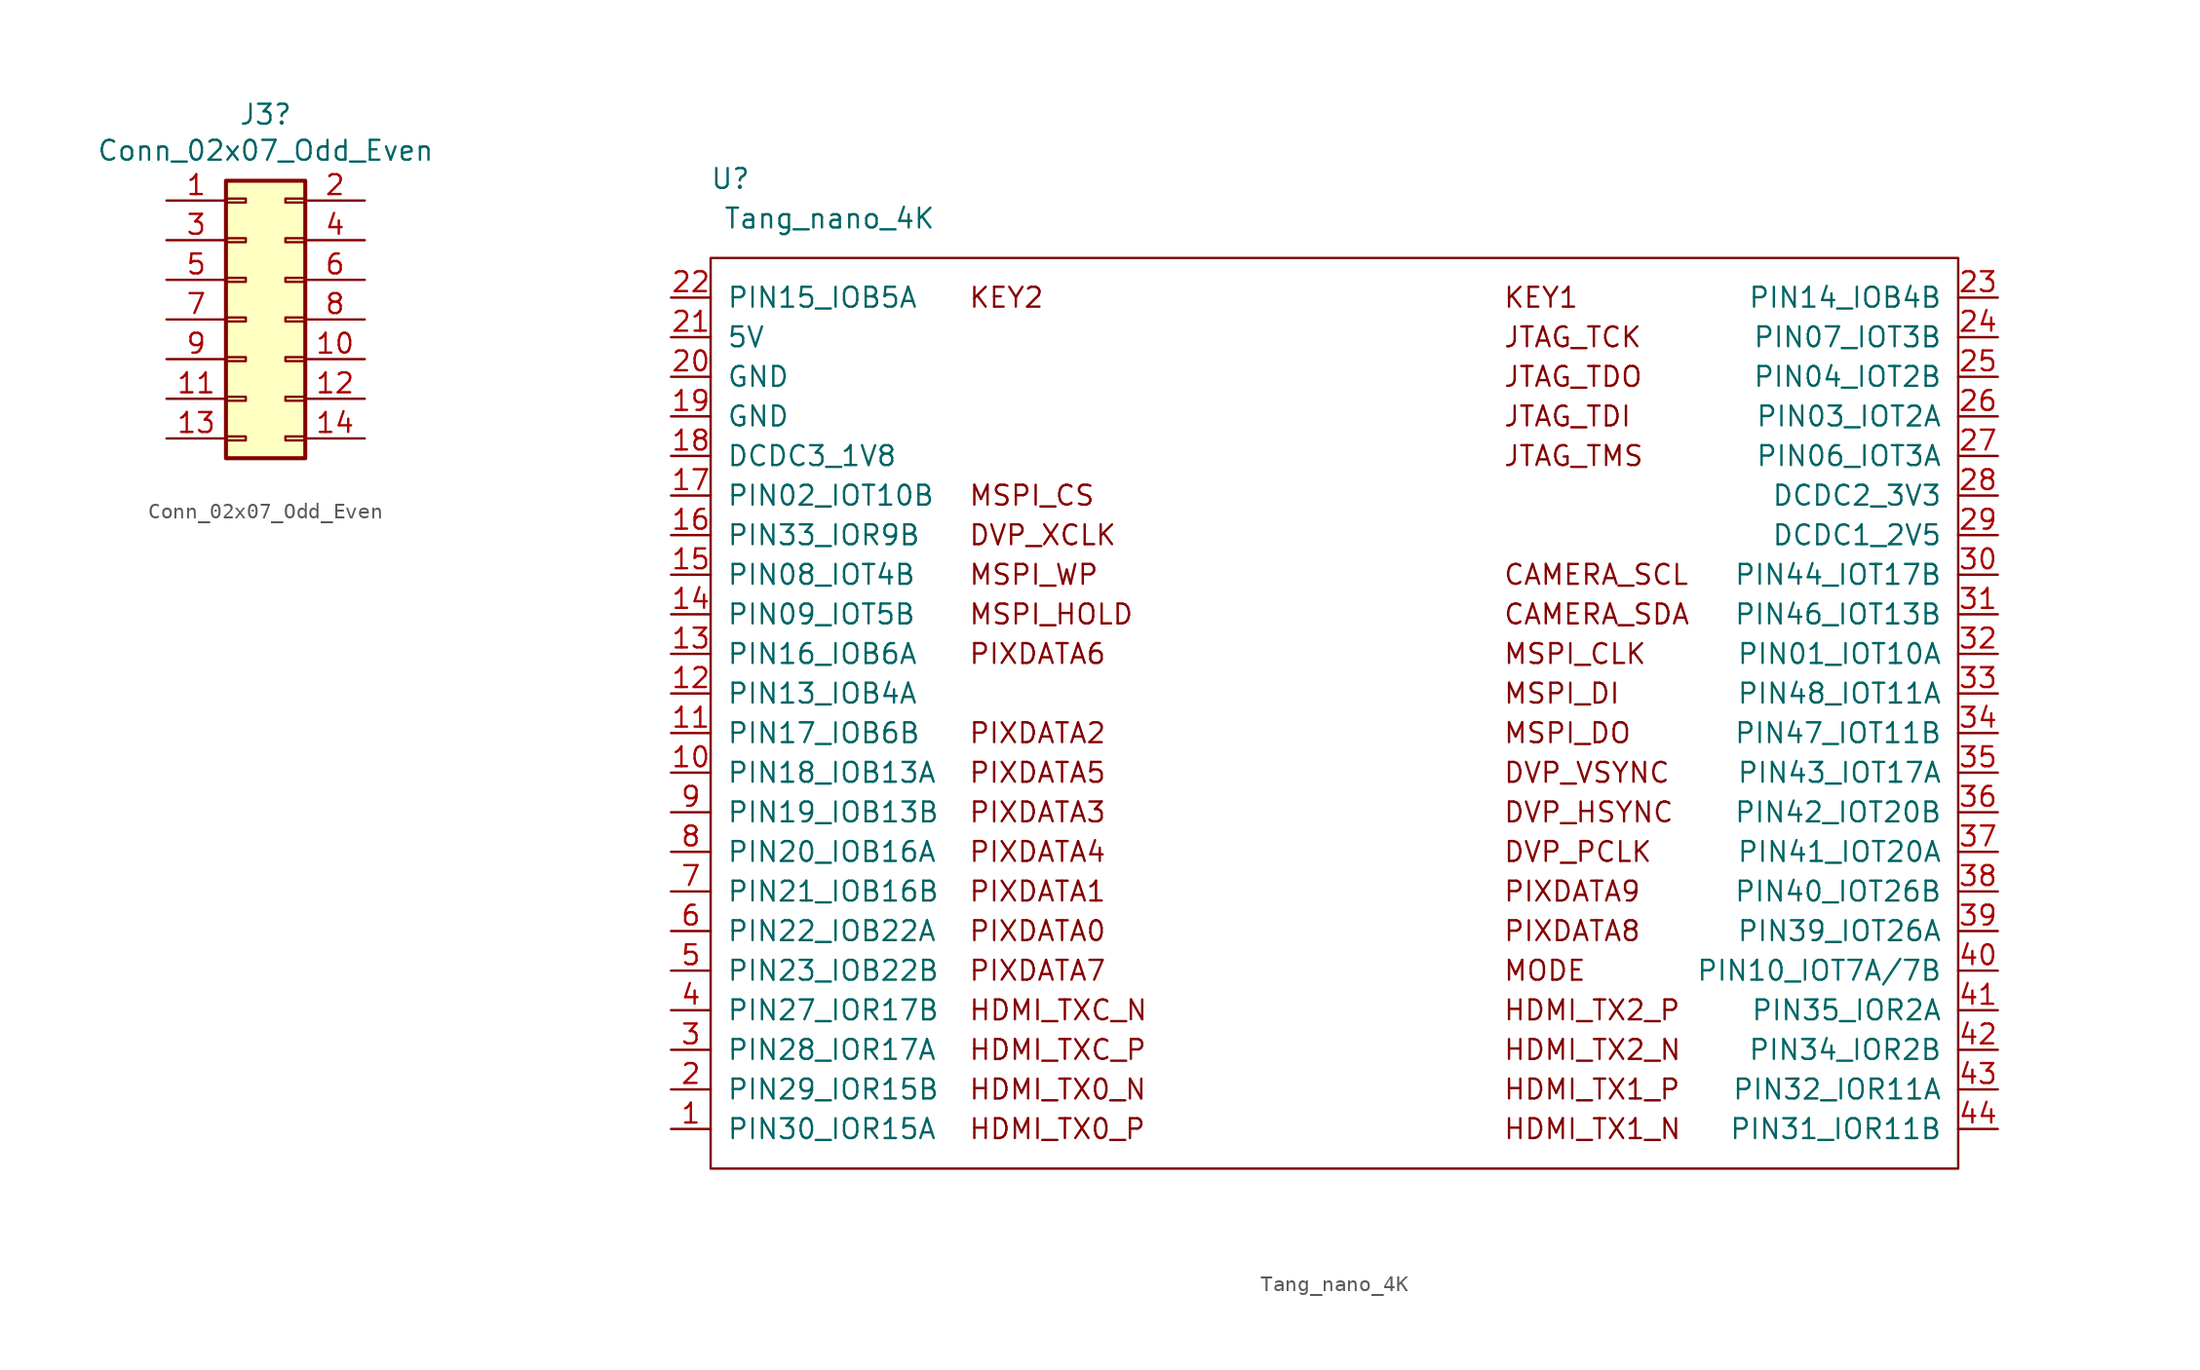
<source format=kicad_sym>
(kicad_symbol_lib
  (version 20211014)
  (generator kicad_symbol_editor)
  (symbol "Conn_02x07_Odd_Even"
    (pin_names
      (offset 1.016) hide)
    (property "Reference" "J3"
      (at 1.27 13.132 0)
      (effects (font (size 1.27 1.27))))
    (property "Value" "Conn_02x07_Odd_Even"
      (at 1.27 10.82 0)
      (effects (font (size 1.27 1.27))))
    (symbol "Conn_02x07_Odd_Even_1_1"
      (rectangle (start -1.27 -7.493) (end 0 -7.747) (stroke (width 0.152) (type default) (color 0 0 0 0)) (fill (type none)))
      (rectangle (start -1.27 -4.953) (end 0 -5.207) (stroke (width 0.152) (type default) (color 0 0 0 0)) (fill (type none)))
      (rectangle (start -1.27 -2.413) (end 0 -2.667) (stroke (width 0.152) (type default) (color 0 0 0 0)) (fill (type none)))
      (rectangle (start -1.27 0.127) (end 0 -0.127) (stroke (width 0.152) (type default) (color 0 0 0 0)) (fill (type none)))
      (rectangle (start -1.27 2.667) (end 0 2.413) (stroke (width 0.152) (type default) (color 0 0 0 0)) (fill (type none)))
      (rectangle (start -1.27 5.207) (end 0 4.953) (stroke (width 0.152) (type default) (color 0 0 0 0)) (fill (type none)))
      (rectangle (start -1.27 7.747) (end 0 7.493) (stroke (width 0.152) (type default) (color 0 0 0 0)) (fill (type none)))
      (rectangle (start -1.27 8.89) (end 3.81 -8.89) (stroke (width 0.254) (type default) (color 0 0 0 0)) (fill (type background)))
      (rectangle (start 3.81 -7.493) (end 2.54 -7.747) (stroke (width 0.152) (type default) (color 0 0 0 0)) (fill (type none)))
      (rectangle (start 3.81 -4.953) (end 2.54 -5.207) (stroke (width 0.152) (type default) (color 0 0 0 0)) (fill (type none)))
      (rectangle (start 3.81 -2.413) (end 2.54 -2.667) (stroke (width 0.152) (type default) (color 0 0 0 0)) (fill (type none)))
      (rectangle (start 3.81 0.127) (end 2.54 -0.127) (stroke (width 0.152) (type default) (color 0 0 0 0)) (fill (type none)))
      (rectangle (start 3.81 2.667) (end 2.54 2.413) (stroke (width 0.152) (type default) (color 0 0 0 0)) (fill (type none)))
      (rectangle (start 3.81 5.207) (end 2.54 4.953) (stroke (width 0.152) (type default) (color 0 0 0 0)) (fill (type none)))
      (rectangle (start 3.81 7.747) (end 2.54 7.493) (stroke (width 0.152) (type default) (color 0 0 0 0)) (fill (type none)))
      (pin passive line (at -5.08 7.62 0) (length 3.81) (name "Pin_1" (effects (font (size 1.27 1.27)))) (number "1" (effects (font (size 1.27 1.27)))))
      (pin passive line (at 7.62 -2.54 180) (length 3.81) (name "Pin_10" (effects (font (size 1.27 1.27)))) (number "10" (effects (font (size 1.27 1.27)))))
      (pin passive line (at -5.08 -5.08 0) (length 3.81) (name "Pin_11" (effects (font (size 1.27 1.27)))) (number "11" (effects (font (size 1.27 1.27)))))
      (pin passive line (at 7.62 -5.08 180) (length 3.81) (name "Pin_12" (effects (font (size 1.27 1.27)))) (number "12" (effects (font (size 1.27 1.27)))))
      (pin passive line (at -5.08 -7.62 0) (length 3.81) (name "Pin_13" (effects (font (size 1.27 1.27)))) (number "13" (effects (font (size 1.27 1.27)))))
      (pin passive line (at 7.62 -7.62 180) (length 3.81) (name "Pin_14" (effects (font (size 1.27 1.27)))) (number "14" (effects (font (size 1.27 1.27)))))
      (pin passive line (at 7.62 7.62 180) (length 3.81) (name "Pin_2" (effects (font (size 1.27 1.27)))) (number "2" (effects (font (size 1.27 1.27)))))
      (pin passive line (at -5.08 5.08 0) (length 3.81) (name "Pin_3" (effects (font (size 1.27 1.27)))) (number "3" (effects (font (size 1.27 1.27)))))
      (pin power_out line (at 7.62 5.08 180) (length 3.81) (name "Pin_4" (effects (font (size 1.27 1.27)))) (number "4" (effects (font (size 1.27 1.27)))))
      (pin passive line (at -5.08 2.54 0) (length 3.81) (name "Pin_5" (effects (font (size 1.27 1.27)))) (number "5" (effects (font (size 1.27 1.27)))))
      (pin passive line (at 7.62 2.54 180) (length 3.81) (name "Pin_6" (effects (font (size 1.27 1.27)))) (number "6" (effects (font (size 1.27 1.27)))))
      (pin passive line (at -5.08 0 0) (length 3.81) (name "Pin_7" (effects (font (size 1.27 1.27)))) (number "7" (effects (font (size 1.27 1.27)))))
      (pin passive line (at 7.62 0 180) (length 3.81) (name "Pin_8" (effects (font (size 1.27 1.27)))) (number "8" (effects (font (size 1.27 1.27)))))
      (pin passive line (at -5.08 -2.54 0) (length 3.81) (name "Pin_9" (effects (font (size 1.27 1.27)))) (number "9" (effects (font (size 1.27 1.27)))))))
  (symbol "Tang_nano_4K"
    (pin_names
      (offset 1.016))
    (property "Reference" "U"
      (at -6.35 20.32 0)
      (effects (font (size 1.27 1.27))))
    (property "Value" "Tang_nano_4K"
      (at 0 17.78 0)
      (effects (font (size 1.27 1.27))))
    (symbol "Tang_nano_4K_0_0"
      (text "CAMERA_SCL" (at 43.18 -5.08 0) (effects (font (size 1.27 1.27)) (justify left)))
      (text "CAMERA_SDA" (at 43.18 -7.62 0) (effects (font (size 1.27 1.27)) (justify left)))
      (text "DVP_HSYNC" (at 43.18 -20.32 0) (effects (font (size 1.27 1.27)) (justify left)))
      (text "DVP_PCLK" (at 43.18 -22.86 0) (effects (font (size 1.27 1.27)) (justify left)))
      (text "DVP_VSYNC" (at 43.18 -17.78 0) (effects (font (size 1.27 1.27)) (justify left)))
      (text "DVP_XCLK" (at 8.89 -2.54 0) (effects (font (size 1.27 1.27)) (justify left)))
      (text "HDMI_TX0_N" (at 8.89 -38.1 0) (effects (font (size 1.27 1.27)) (justify left)))
      (text "HDMI_TX0_P" (at 8.89 -40.64 0) (effects (font (size 1.27 1.27)) (justify left)))
      (text "HDMI_TX1_N" (at 43.18 -40.64 0) (effects (font (size 1.27 1.27)) (justify left)))
      (text "HDMI_TX1_P" (at 43.18 -38.1 0) (effects (font (size 1.27 1.27)) (justify left)))
      (text "HDMI_TX2_N" (at 43.18 -35.56 0) (effects (font (size 1.27 1.27)) (justify left)))
      (text "HDMI_TX2_P" (at 43.18 -33.02 0) (effects (font (size 1.27 1.27)) (justify left)))
      (text "HDMI_TXC_N" (at 8.89 -33.02 0) (effects (font (size 1.27 1.27)) (justify left)))
      (text "HDMI_TXC_P" (at 8.89 -35.56 0) (effects (font (size 1.27 1.27)) (justify left)))
      (text "JTAG_TCK" (at 43.18 10.16 0) (effects (font (size 1.27 1.27)) (justify left)))
      (text "JTAG_TDI" (at 43.18 5.08 0) (effects (font (size 1.27 1.27)) (justify left)))
      (text "JTAG_TDO" (at 43.18 7.62 0) (effects (font (size 1.27 1.27)) (justify left)))
      (text "JTAG_TMS" (at 43.18 2.54 0) (effects (font (size 1.27 1.27)) (justify left)))
      (text "KEY1" (at 43.18 12.7 0) (effects (font (size 1.27 1.27)) (justify left)))
      (text "KEY2" (at 8.89 12.7 0) (effects (font (size 1.27 1.27)) (justify left)))
      (text "MODE" (at 43.18 -30.48 0) (effects (font (size 1.27 1.27)) (justify left)))
      (text "MSPI_CLK" (at 43.18 -10.16 0) (effects (font (size 1.27 1.27)) (justify left)))
      (text "MSPI_CS" (at 8.89 0 0) (effects (font (size 1.27 1.27)) (justify left)))
      (text "MSPI_DI" (at 43.18 -12.7 0) (effects (font (size 1.27 1.27)) (justify left)))
      (text "MSPI_DO" (at 43.18 -15.24 0) (effects (font (size 1.27 1.27)) (justify left)))
      (text "MSPI_HOLD" (at 8.89 -7.62 0) (effects (font (size 1.27 1.27)) (justify left)))
      (text "MSPI_WP" (at 8.89 -5.08 0) (effects (font (size 1.27 1.27)) (justify left)))
      (text "PIXDATA0" (at 8.89 -27.94 0) (effects (font (size 1.27 1.27)) (justify left)))
      (text "PIXDATA1" (at 8.89 -25.4 0) (effects (font (size 1.27 1.27)) (justify left)))
      (text "PIXDATA2" (at 8.89 -15.24 0) (effects (font (size 1.27 1.27)) (justify left)))
      (text "PIXDATA3" (at 8.89 -20.32 0) (effects (font (size 1.27 1.27)) (justify left)))
      (text "PIXDATA4" (at 8.89 -22.86 0) (effects (font (size 1.27 1.27)) (justify left)))
      (text "PIXDATA5" (at 8.89 -17.78 0) (effects (font (size 1.27 1.27)) (justify left)))
      (text "PIXDATA6" (at 8.89 -10.16 0) (effects (font (size 1.27 1.27)) (justify left)))
      (text "PIXDATA7" (at 8.89 -30.48 0) (effects (font (size 1.27 1.27)) (justify left)))
      (text "PIXDATA8" (at 43.18 -27.94 0) (effects (font (size 1.27 1.27)) (justify left)))
      (text "PIXDATA9" (at 43.18 -25.4 0) (effects (font (size 1.27 1.27)) (justify left))))
    (symbol "Tang_nano_4K_0_1"
      (rectangle (start -7.62 15.24) (end 72.39 -43.18) (stroke (width 0) (type default) (color 0 0 0 0)) (fill (type none))))
    (symbol "Tang_nano_4K_1_1"
      (pin passive line (at -10.16 -40.64 0) (length 2.54) (name "PIN30_IOR15A" (effects (font (size 1.27 1.27)))) (number "1" (effects (font (size 1.27 1.27)))))
      (pin passive line (at -10.16 -17.78 0) (length 2.54) (name "PIN18_IOB13A" (effects (font (size 1.27 1.27)))) (number "10" (effects (font (size 1.27 1.27)))))
      (pin passive line (at -10.16 -15.24 0) (length 2.54) (name "PIN17_IOB6B" (effects (font (size 1.27 1.27)))) (number "11" (effects (font (size 1.27 1.27)))))
      (pin passive line (at -10.16 -12.7 0) (length 2.54) (name "PIN13_IOB4A" (effects (font (size 1.27 1.27)))) (number "12" (effects (font (size 1.27 1.27)))))
      (pin passive line (at -10.16 -10.16 0) (length 2.54) (name "PIN16_IOB6A" (effects (font (size 1.27 1.27)))) (number "13" (effects (font (size 1.27 1.27)))))
      (pin passive line (at -10.16 -7.62 0) (length 2.54) (name "PIN09_IOT5B" (effects (font (size 1.27 1.27)))) (number "14" (effects (font (size 1.27 1.27)))))
      (pin passive line (at -10.16 -5.08 0) (length 2.54) (name "PIN08_IOT4B" (effects (font (size 1.27 1.27)))) (number "15" (effects (font (size 1.27 1.27)))))
      (pin passive line (at -10.16 -2.54 0) (length 2.54) (name "PIN33_IOR9B" (effects (font (size 1.27 1.27)))) (number "16" (effects (font (size 1.27 1.27)))))
      (pin passive line (at -10.16 0 0) (length 2.54) (name "PIN02_IOT10B" (effects (font (size 1.27 1.27)))) (number "17" (effects (font (size 1.27 1.27)))))
      (pin passive line (at -10.16 2.54 0) (length 2.54) (name "DCDC3_1V8" (effects (font (size 1.27 1.27)))) (number "18" (effects (font (size 1.27 1.27)))))
      (pin passive line (at -10.16 5.08 0) (length 2.54) (name "GND" (effects (font (size 1.27 1.27)))) (number "19" (effects (font (size 1.27 1.27)))))
      (pin passive line (at -10.16 -38.1 0) (length 2.54) (name "PIN29_IOR15B" (effects (font (size 1.27 1.27)))) (number "2" (effects (font (size 1.27 1.27)))))
      (pin passive line (at -10.16 7.62 0) (length 2.54) (name "GND" (effects (font (size 1.27 1.27)))) (number "20" (effects (font (size 1.27 1.27)))))
      (pin passive line (at -10.16 10.16 0) (length 2.54) (name "5V" (effects (font (size 1.27 1.27)))) (number "21" (effects (font (size 1.27 1.27)))))
      (pin passive line (at -10.16 12.7 0) (length 2.54) (name "PIN15_IOB5A" (effects (font (size 1.27 1.27)))) (number "22" (effects (font (size 1.27 1.27)))))
      (pin passive line (at 74.93 12.7 180) (length 2.54) (name "PIN14_IOB4B" (effects (font (size 1.27 1.27)))) (number "23" (effects (font (size 1.27 1.27)))))
      (pin passive line (at 74.93 10.16 180) (length 2.54) (name "PIN07_IOT3B" (effects (font (size 1.27 1.27)))) (number "24" (effects (font (size 1.27 1.27)))))
      (pin passive line (at 74.93 7.62 180) (length 2.54) (name "PIN04_IOT2B" (effects (font (size 1.27 1.27)))) (number "25" (effects (font (size 1.27 1.27)))))
      (pin passive line (at 74.93 5.08 180) (length 2.54) (name "PIN03_IOT2A" (effects (font (size 1.27 1.27)))) (number "26" (effects (font (size 1.27 1.27)))))
      (pin passive line (at 74.93 2.54 180) (length 2.54) (name "PIN06_IOT3A" (effects (font (size 1.27 1.27)))) (number "27" (effects (font (size 1.27 1.27)))))
      (pin passive line (at 74.93 0 180) (length 2.54) (name "DCDC2_3V3" (effects (font (size 1.27 1.27)))) (number "28" (effects (font (size 1.27 1.27)))))
      (pin passive line (at 74.93 -2.54 180) (length 2.54) (name "DCDC1_2V5" (effects (font (size 1.27 1.27)))) (number "29" (effects (font (size 1.27 1.27)))))
      (pin passive line (at -10.16 -35.56 0) (length 2.54) (name "PIN28_IOR17A" (effects (font (size 1.27 1.27)))) (number "3" (effects (font (size 1.27 1.27)))))
      (pin passive line (at 74.93 -5.08 180) (length 2.54) (name "PIN44_IOT17B" (effects (font (size 1.27 1.27)))) (number "30" (effects (font (size 1.27 1.27)))))
      (pin passive line (at 74.93 -7.62 180) (length 2.54) (name "PIN46_IOT13B" (effects (font (size 1.27 1.27)))) (number "31" (effects (font (size 1.27 1.27)))))
      (pin passive line (at 74.93 -10.16 180) (length 2.54) (name "PIN01_IOT10A" (effects (font (size 1.27 1.27)))) (number "32" (effects (font (size 1.27 1.27)))))
      (pin passive line (at 74.93 -12.7 180) (length 2.54) (name "PIN48_IOT11A" (effects (font (size 1.27 1.27)))) (number "33" (effects (font (size 1.27 1.27)))))
      (pin passive line (at 74.93 -15.24 180) (length 2.54) (name "PIN47_IOT11B" (effects (font (size 1.27 1.27)))) (number "34" (effects (font (size 1.27 1.27)))))
      (pin passive line (at 74.93 -17.78 180) (length 2.54) (name "PIN43_IOT17A" (effects (font (size 1.27 1.27)))) (number "35" (effects (font (size 1.27 1.27)))))
      (pin passive line (at 74.93 -20.32 180) (length 2.54) (name "PIN42_IOT20B" (effects (font (size 1.27 1.27)))) (number "36" (effects (font (size 1.27 1.27)))))
      (pin passive line (at 74.93 -22.86 180) (length 2.54) (name "PIN41_IOT20A" (effects (font (size 1.27 1.27)))) (number "37" (effects (font (size 1.27 1.27)))))
      (pin passive line (at 74.93 -25.4 180) (length 2.54) (name "PIN40_IOT26B" (effects (font (size 1.27 1.27)))) (number "38" (effects (font (size 1.27 1.27)))))
      (pin passive line (at 74.93 -27.94 180) (length 2.54) (name "PIN39_IOT26A" (effects (font (size 1.27 1.27)))) (number "39" (effects (font (size 1.27 1.27)))))
      (pin passive line (at -10.16 -33.02 0) (length 2.54) (name "PIN27_IOR17B" (effects (font (size 1.27 1.27)))) (number "4" (effects (font (size 1.27 1.27)))))
      (pin passive line (at 74.93 -30.48 180) (length 2.54) (name "PIN10_IOT7A/7B" (effects (font (size 1.27 1.27)))) (number "40" (effects (font (size 1.27 1.27)))))
      (pin passive line (at 74.93 -33.02 180) (length 2.54) (name "PIN35_IOR2A" (effects (font (size 1.27 1.27)))) (number "41" (effects (font (size 1.27 1.27)))))
      (pin passive line (at 74.93 -35.56 180) (length 2.54) (name "PIN34_IOR2B" (effects (font (size 1.27 1.27)))) (number "42" (effects (font (size 1.27 1.27)))))
      (pin passive line (at 74.93 -38.1 180) (length 2.54) (name "PIN32_IOR11A" (effects (font (size 1.27 1.27)))) (number "43" (effects (font (size 1.27 1.27)))))
      (pin passive line (at 74.93 -40.64 180) (length 2.54) (name "PIN31_IOR11B" (effects (font (size 1.27 1.27)))) (number "44" (effects (font (size 1.27 1.27)))))
      (pin passive line (at -10.16 -30.48 0) (length 2.54) (name "PIN23_IOB22B" (effects (font (size 1.27 1.27)))) (number "5" (effects (font (size 1.27 1.27)))))
      (pin passive line (at -10.16 -27.94 0) (length 2.54) (name "PIN22_IOB22A" (effects (font (size 1.27 1.27)))) (number "6" (effects (font (size 1.27 1.27)))))
      (pin passive line (at -10.16 -25.4 0) (length 2.54) (name "PIN21_IOB16B" (effects (font (size 1.27 1.27)))) (number "7" (effects (font (size 1.27 1.27)))))
      (pin passive line (at -10.16 -22.86 0) (length 2.54) (name "PIN20_IOB16A" (effects (font (size 1.27 1.27)))) (number "8" (effects (font (size 1.27 1.27)))))
      (pin passive line (at -10.16 -20.32 0) (length 2.54) (name "PIN19_IOB13B" (effects (font (size 1.27 1.27)))) (number "9" (effects (font (size 1.27 1.27))))))))
</source>
